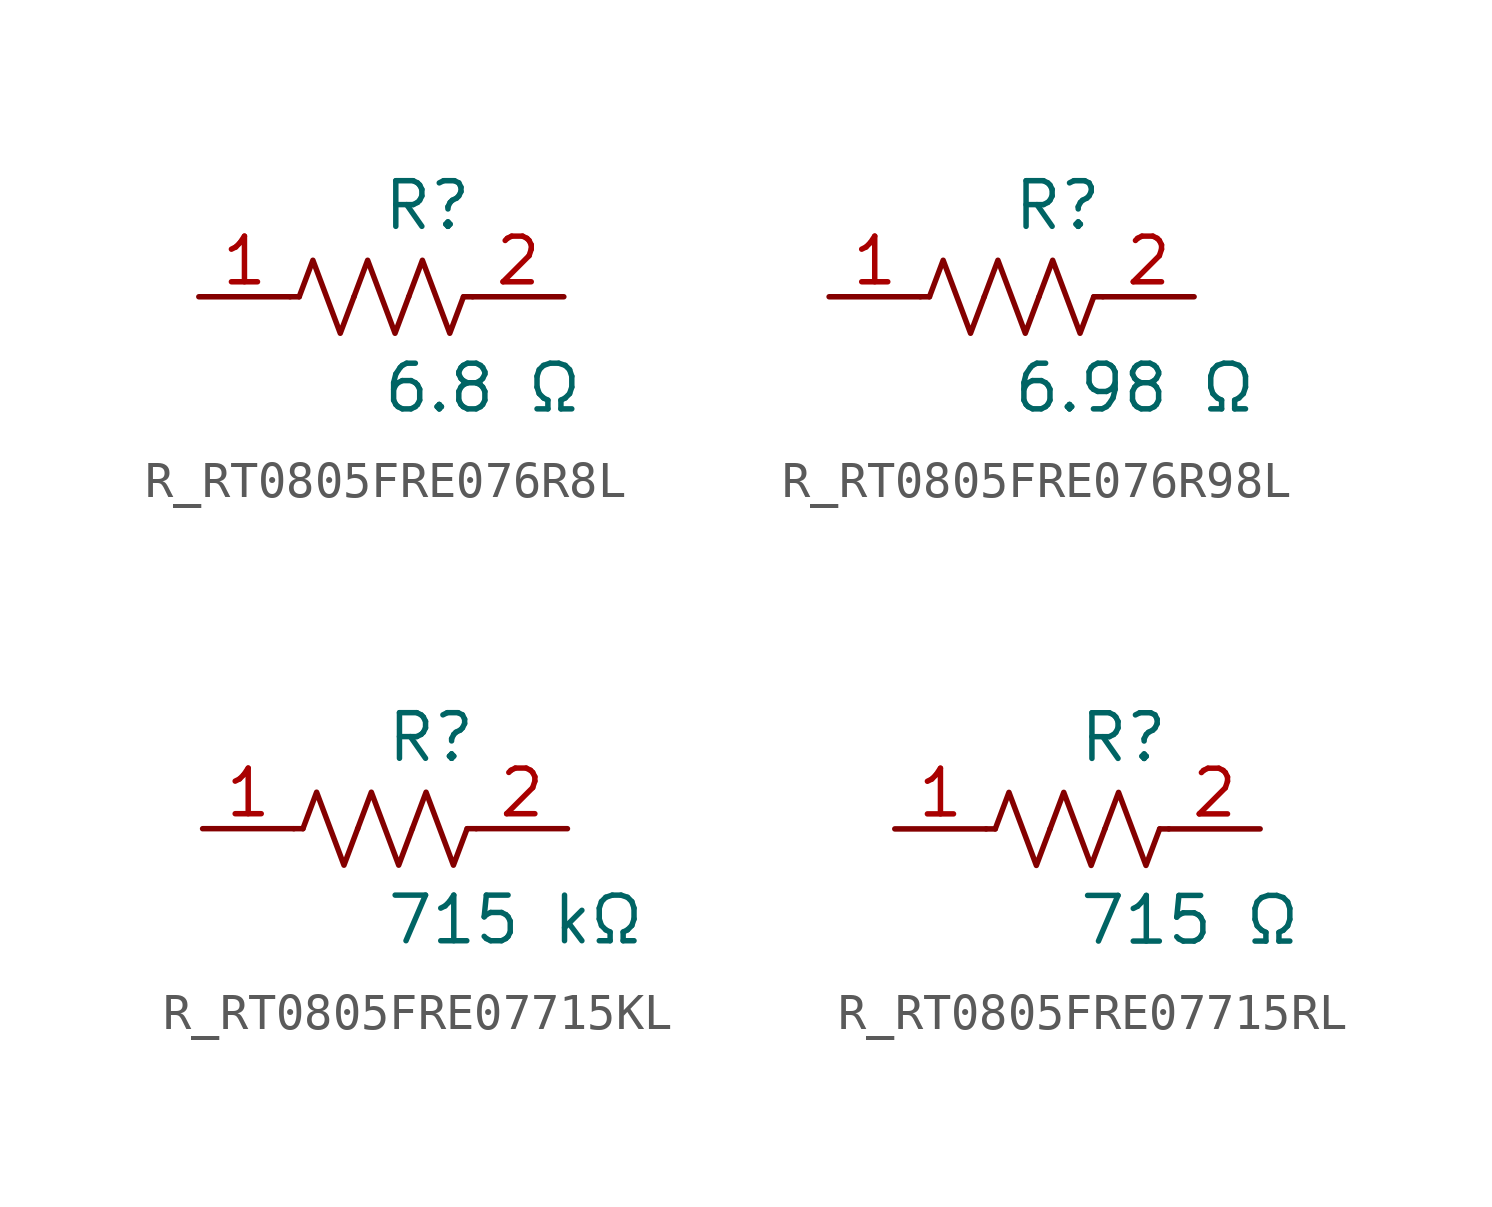
<source format=kicad_sym>
(kicad_symbol_lib
  (version 20231120)
  (generator kicad_symbol_editor)
  (generator_version 8.0)
  (symbol "R_RT0805FRE076R8L"
    (pin_names
      (offset 0.254))
    (property "Reference" "R"
      (at 0 2.54 0)
      (effects (font (size 1.27 1.27)) (justify left)))
    (property "Value" "6.8 Ω"
      (at 0 -2.54 0)
      (effects (font (size 1.27 1.27)) (justify left)))
    (symbol "R_RT0805FRE076R8L_0_1"
      (polyline (pts (xy 2.286 0) (xy 2.54 0)) (stroke (width 0) (type default)) (fill (type none)))
      (polyline (pts (xy -2.286 0) (xy -2.54 0)) (stroke (width 0) (type default)) (fill (type none)))
      (polyline (pts (xy 0.762 0) (xy 1.143 1.016) (xy 1.524 0) (xy 1.905 -1.016) (xy 2.286 0)) (stroke (width 0) (type default)) (fill (type none)))
      (polyline (pts (xy -0.762 0) (xy -0.381 1.016) (xy 0 0) (xy 0.381 -1.016) (xy 0.762 0)) (stroke (width 0) (type default)) (fill (type none)))
      (polyline (pts (xy -2.286 0) (xy -1.905 1.016) (xy -1.524 0) (xy -1.143 -1.016) (xy -0.762 0)) (stroke (width 0) (type default)) (fill (type none))))
    (pin passive line
      (at -5.08 0 0)
      (length 2.54)
      (name "" (effects (font (size 1.27 1.27))))
      (number "1" (effects (font (size 1.27 1.27)))))
    (pin passive line
      (at 5.08 0 180)
      (length 2.54)
      (name "" (effects (font (size 1.27 1.27))))
      (number "2" (effects (font (size 1.27 1.27))))))
  (symbol "R_RT0805FRE076R98L"
    (pin_names
      (offset 0.254))
    (property "Reference" "R"
      (at 0 2.54 0)
      (effects (font (size 1.27 1.27)) (justify left)))
    (property "Value" "6.98 Ω"
      (at 0 -2.54 0)
      (effects (font (size 1.27 1.27)) (justify left)))
    (symbol "R_RT0805FRE076R98L_0_1"
      (polyline (pts (xy 2.286 0) (xy 2.54 0)) (stroke (width 0) (type default)) (fill (type none)))
      (polyline (pts (xy -2.286 0) (xy -2.54 0)) (stroke (width 0) (type default)) (fill (type none)))
      (polyline (pts (xy 0.762 0) (xy 1.143 1.016) (xy 1.524 0) (xy 1.905 -1.016) (xy 2.286 0)) (stroke (width 0) (type default)) (fill (type none)))
      (polyline (pts (xy -0.762 0) (xy -0.381 1.016) (xy 0 0) (xy 0.381 -1.016) (xy 0.762 0)) (stroke (width 0) (type default)) (fill (type none)))
      (polyline (pts (xy -2.286 0) (xy -1.905 1.016) (xy -1.524 0) (xy -1.143 -1.016) (xy -0.762 0)) (stroke (width 0) (type default)) (fill (type none))))
    (pin passive line
      (at -5.08 0 0)
      (length 2.54)
      (name "" (effects (font (size 1.27 1.27))))
      (number "1" (effects (font (size 1.27 1.27)))))
    (pin passive line
      (at 5.08 0 180)
      (length 2.54)
      (name "" (effects (font (size 1.27 1.27))))
      (number "2" (effects (font (size 1.27 1.27))))))
  (symbol "R_RT0805FRE07715KL"
    (pin_names
      (offset 0.254))
    (property "Reference" "R"
      (at 0 2.54 0)
      (effects (font (size 1.27 1.27)) (justify left)))
    (property "Value" "715 kΩ"
      (at 0 -2.54 0)
      (effects (font (size 1.27 1.27)) (justify left)))
    (symbol "R_RT0805FRE07715KL_0_1"
      (polyline (pts (xy 2.286 0) (xy 2.54 0)) (stroke (width 0) (type default)) (fill (type none)))
      (polyline (pts (xy -2.286 0) (xy -2.54 0)) (stroke (width 0) (type default)) (fill (type none)))
      (polyline (pts (xy 0.762 0) (xy 1.143 1.016) (xy 1.524 0) (xy 1.905 -1.016) (xy 2.286 0)) (stroke (width 0) (type default)) (fill (type none)))
      (polyline (pts (xy -0.762 0) (xy -0.381 1.016) (xy 0 0) (xy 0.381 -1.016) (xy 0.762 0)) (stroke (width 0) (type default)) (fill (type none)))
      (polyline (pts (xy -2.286 0) (xy -1.905 1.016) (xy -1.524 0) (xy -1.143 -1.016) (xy -0.762 0)) (stroke (width 0) (type default)) (fill (type none))))
    (pin passive line
      (at -5.08 0 0)
      (length 2.54)
      (name "" (effects (font (size 1.27 1.27))))
      (number "1" (effects (font (size 1.27 1.27)))))
    (pin passive line
      (at 5.08 0 180)
      (length 2.54)
      (name "" (effects (font (size 1.27 1.27))))
      (number "2" (effects (font (size 1.27 1.27))))))
  (symbol "R_RT0805FRE07715RL"
    (pin_names
      (offset 0.254))
    (property "Reference" "R"
      (at 0 2.54 0)
      (effects (font (size 1.27 1.27)) (justify left)))
    (property "Value" "715 Ω"
      (at 0 -2.54 0)
      (effects (font (size 1.27 1.27)) (justify left)))
    (symbol "R_RT0805FRE07715RL_0_1"
      (polyline (pts (xy 2.286 0) (xy 2.54 0)) (stroke (width 0) (type default)) (fill (type none)))
      (polyline (pts (xy -2.286 0) (xy -2.54 0)) (stroke (width 0) (type default)) (fill (type none)))
      (polyline (pts (xy 0.762 0) (xy 1.143 1.016) (xy 1.524 0) (xy 1.905 -1.016) (xy 2.286 0)) (stroke (width 0) (type default)) (fill (type none)))
      (polyline (pts (xy -0.762 0) (xy -0.381 1.016) (xy 0 0) (xy 0.381 -1.016) (xy 0.762 0)) (stroke (width 0) (type default)) (fill (type none)))
      (polyline (pts (xy -2.286 0) (xy -1.905 1.016) (xy -1.524 0) (xy -1.143 -1.016) (xy -0.762 0)) (stroke (width 0) (type default)) (fill (type none))))
    (pin passive line
      (at -5.08 0 0)
      (length 2.54)
      (name "" (effects (font (size 1.27 1.27))))
      (number "1" (effects (font (size 1.27 1.27)))))
    (pin passive line
      (at 5.08 0 180)
      (length 2.54)
      (name "" (effects (font (size 1.27 1.27))))
      (number "2" (effects (font (size 1.27 1.27)))))))
</source>
